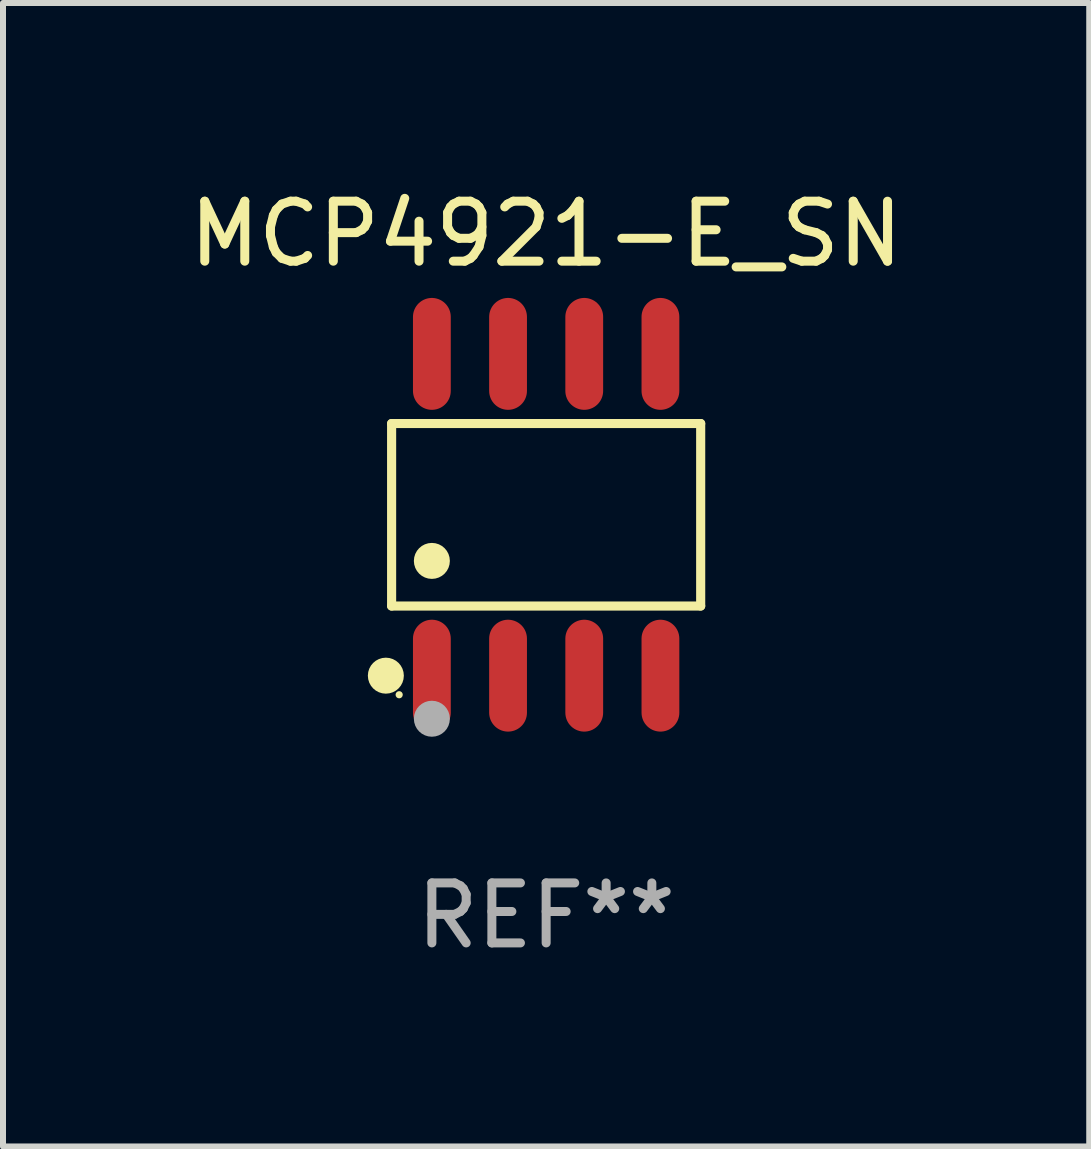
<source format=kicad_pcb>
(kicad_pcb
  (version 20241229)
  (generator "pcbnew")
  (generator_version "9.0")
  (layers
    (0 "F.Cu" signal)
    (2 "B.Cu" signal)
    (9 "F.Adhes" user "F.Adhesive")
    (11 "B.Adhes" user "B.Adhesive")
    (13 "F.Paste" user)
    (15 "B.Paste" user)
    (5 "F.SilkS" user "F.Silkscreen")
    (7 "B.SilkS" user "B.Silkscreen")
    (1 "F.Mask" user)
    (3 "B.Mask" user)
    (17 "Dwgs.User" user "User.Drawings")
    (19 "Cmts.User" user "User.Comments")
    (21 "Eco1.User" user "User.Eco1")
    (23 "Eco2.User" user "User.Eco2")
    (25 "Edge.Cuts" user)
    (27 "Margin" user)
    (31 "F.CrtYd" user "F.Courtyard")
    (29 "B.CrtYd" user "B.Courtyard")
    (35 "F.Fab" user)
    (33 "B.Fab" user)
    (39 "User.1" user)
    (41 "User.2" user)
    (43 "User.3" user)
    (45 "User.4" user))
  (footprint "MCP4921-E_SN"
    (layer "F.Cu")
    (at 6.054 5.531)
    (property "Reference" "MCP4921-E_SN" (at 0 -4.682 0) (layer "F.SilkS") (effects (font (size 1 1) (thickness 0.15))))
    (attr through_hole)
    (fp_line (start -2.576 -1.521) (end 2.576 -1.521) (stroke (width 0.152) (type solid)) (layer "F.SilkS"))
    (fp_line (start -2.576 1.521) (end -2.576 -1.521) (stroke (width 0.152) (type solid)) (layer "F.SilkS"))
    (fp_line (start 2.576 -1.521) (end 2.576 1.521) (stroke (width 0.152) (type solid)) (layer "F.SilkS"))
    (fp_line (start 2.576 1.521) (end -2.576 1.521) (stroke (width 0.152) (type solid)) (layer "F.SilkS"))
    (fp_circle (center -2.672 2.682) (end -2.522 2.682) (stroke (width 0.3) (type solid)) (fill no) (layer "F.SilkS"))
    (fp_circle (center -2.45 3) (end -2.42 3) (stroke (width 0.06) (type solid)) (fill no) (layer "F.SilkS"))
    (fp_circle (center -1.905 0.769) (end -1.755 0.769) (stroke (width 0.3) (type solid)) (fill no) (layer "F.SilkS"))
    (fp_circle (center -1.905 3.4) (end -1.755 3.4) (stroke (width 0.3) (type solid)) (fill no) (layer "F.Fab"))
    (fp_text user "REF**" (at 0 6.682 0) (layer "F.Fab") (effects (font (size 1 1) (thickness 0.15))))
    (pad "1" smd oval (at -1.905 2.682) (size 0.63 1.865) (layers "F.Cu" "F.Mask" "F.Paste"))
    (pad "2" smd oval (at -0.635 2.682) (size 0.63 1.865) (layers "F.Cu" "F.Mask" "F.Paste"))
    (pad "3" smd oval (at 0.635 2.682) (size 0.63 1.865) (layers "F.Cu" "F.Mask" "F.Paste"))
    (pad "4" smd oval (at 1.905 2.682) (size 0.63 1.865) (layers "F.Cu" "F.Mask" "F.Paste"))
    (pad "5" smd oval (at 1.905 -2.682) (size 0.63 1.865) (layers "F.Cu" "F.Mask" "F.Paste"))
    (pad "6" smd oval (at 0.635 -2.682) (size 0.63 1.865) (layers "F.Cu" "F.Mask" "F.Paste"))
    (pad "7" smd oval (at -0.635 -2.682) (size 0.63 1.865) (layers "F.Cu" "F.Mask" "F.Paste"))
    (pad "8" smd oval (at -1.905 -2.682) (size 0.63 1.865) (layers "F.Cu" "F.Mask" "F.Paste")))
  (gr_rect
    (start -3 -3)
    (end 15.107 16.061)
    (stroke (width 0.1) (type default))
    (fill no)
    (layer "Edge.Cuts")))
</source>
